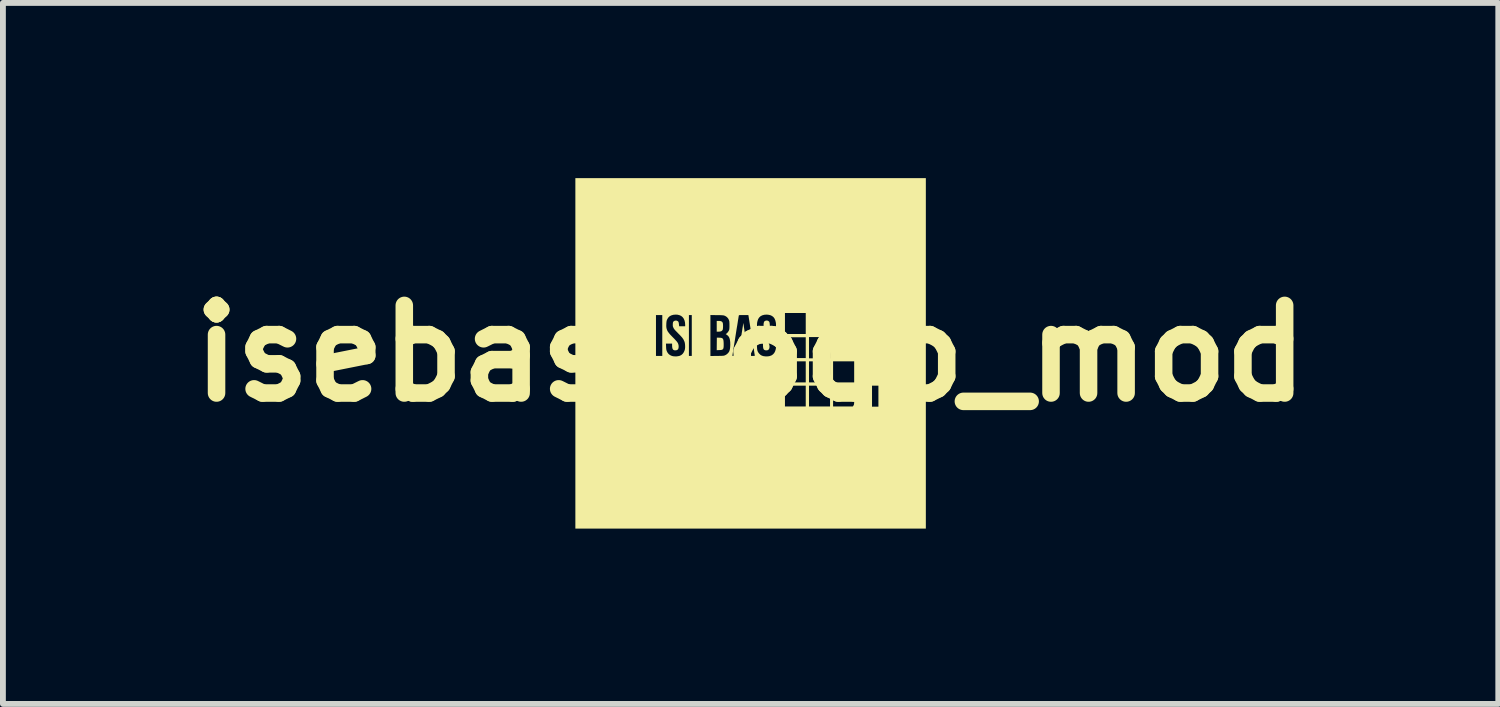
<source format=kicad_pcb>
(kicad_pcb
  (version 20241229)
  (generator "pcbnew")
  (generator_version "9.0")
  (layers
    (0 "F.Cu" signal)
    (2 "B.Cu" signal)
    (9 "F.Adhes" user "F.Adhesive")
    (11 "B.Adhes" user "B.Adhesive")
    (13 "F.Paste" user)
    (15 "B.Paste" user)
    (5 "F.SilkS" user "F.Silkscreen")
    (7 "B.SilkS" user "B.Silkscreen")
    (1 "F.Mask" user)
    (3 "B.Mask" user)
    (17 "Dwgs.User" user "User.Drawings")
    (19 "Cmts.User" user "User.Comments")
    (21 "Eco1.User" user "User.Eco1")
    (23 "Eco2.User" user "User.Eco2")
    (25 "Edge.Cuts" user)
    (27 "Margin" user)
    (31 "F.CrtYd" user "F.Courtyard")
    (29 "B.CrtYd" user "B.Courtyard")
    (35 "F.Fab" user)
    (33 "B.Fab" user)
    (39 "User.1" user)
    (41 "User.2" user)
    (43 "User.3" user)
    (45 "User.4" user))
  (footprint "isebas_logo_mod"
    (layer "F.Cu")
    (at 9.8 3)
    (property "Reference" "isebas_logo_mod" (at 0 0 0) (layer "F.SilkS") (effects (font (size 1.5 1.5) (thickness 0.3))))
    (attr board_only exclude_from_pos_files exclude_from_bom)
    (fp_poly (pts (xy -0.547 -0.556) (xy -0.522 -0.555) (xy -0.503 -0.55) (xy -0.49 -0.542) (xy -0.48 -0.53) (xy -0.479 -0.528) (xy -0.475 -0.516) (xy -0.473 -0.498) (xy -0.472 -0.477) (xy -0.472 -0.455) (xy -0.473 -0.434) (xy -0.475 -0.416) (xy -0.478 -0.404) (xy -0.488 -0.39) (xy -0.502 -0.38) (xy -0.522 -0.374) (xy -0.548 -0.372) (xy -0.549 -0.372) (xy -0.58 -0.372) (xy -0.58 -0.464) (xy -0.58 -0.556)) (stroke (width 0) (type solid)) (fill yes) (layer "F.SilkS"))
    (fp_poly (pts (xy -0.541 -0.269) (xy -0.517 -0.268) (xy -0.498 -0.265) (xy -0.484 -0.259) (xy -0.475 -0.25) (xy -0.468 -0.236) (xy -0.464 -0.216) (xy -0.462 -0.19) (xy -0.461 -0.166) (xy -0.461 -0.134) (xy -0.462 -0.109) (xy -0.465 -0.09) (xy -0.471 -0.076) (xy -0.48 -0.067) (xy -0.493 -0.061) (xy -0.511 -0.058) (xy -0.533 -0.057) (xy -0.536 -0.057) (xy -0.58 -0.055) (xy -0.579 -0.163) (xy -0.578 -0.27)) (stroke (width 0) (type solid)) (fill yes) (layer "F.SilkS"))
    (fp_poly (pts (xy -0.124 -0.516) (xy -0.122 -0.504) (xy -0.119 -0.487) (xy -0.116 -0.464) (xy -0.112 -0.437) (xy -0.107 -0.405) (xy -0.102 -0.371) (xy -0.1 -0.358) (xy -0.095 -0.323) (xy -0.09 -0.29) (xy -0.085 -0.26) (xy -0.082 -0.234) (xy -0.078 -0.214) (xy -0.076 -0.199) (xy -0.075 -0.19) (xy -0.075 -0.189) (xy -0.074 -0.185) (xy -0.075 -0.183) (xy -0.079 -0.181) (xy -0.087 -0.18) (xy -0.101 -0.18) (xy -0.12 -0.18) (xy -0.125 -0.18) (xy -0.147 -0.18) (xy -0.162 -0.181) (xy -0.172 -0.182) (xy -0.176 -0.184) (xy -0.176 -0.185) (xy -0.175 -0.19) (xy -0.174 -0.202) (xy -0.171 -0.219) (xy -0.168 -0.241) (xy -0.164 -0.267) (xy -0.159 -0.296) (xy -0.155 -0.327) (xy -0.15 -0.358) (xy -0.145 -0.389) (xy -0.141 -0.419) (xy -0.136 -0.447) (xy -0.132 -0.472) (xy -0.129 -0.492) (xy -0.127 -0.508) (xy -0.125 -0.517) (xy -0.124 -0.52)) (stroke (width 0) (type solid)) (fill yes) (layer "F.SilkS"))
    (fp_poly (pts (xy 3 0) (xy 3 3) (xy 0 3) (xy -3 3) (xy -3 0.73) (xy 0.588 0.73) (xy 0.588 0.908) (xy 0.766 0.908) (xy 0.944 0.908) (xy 0.944 0.73) (xy 1 0.73) (xy 1 0.908) (xy 1.18 0.908) (xy 1.36 0.908) (xy 1.36 0.73) (xy 1.412 0.73) (xy 1.412 0.908) (xy 1.594 0.908) (xy 1.776 0.908) (xy 1.776 0.732) (xy 1.828 0.732) (xy 1.828 0.912) (xy 2.008 0.912) (xy 2.188 0.912) (xy 2.188 0.732) (xy 2.188 0.552) (xy 2.008 0.552) (xy 1.828 0.552) (xy 1.828 0.732) (xy 1.776 0.732) (xy 1.776 0.73) (xy 1.776 0.552) (xy 1.594 0.552) (xy 1.412 0.552) (xy 1.412 0.73) (xy 1.36 0.73) (xy 1.36 0.552) (xy 1.18 0.552) (xy 1 0.552) (xy 1 0.73) (xy 0.944 0.73) (xy 0.944 0.552) (xy 0.766 0.552) (xy 0.588 0.552) (xy 0.588 0.73) (xy -3 0.73) (xy -3 0.316) (xy 0.588 0.316) (xy 0.588 0.496) (xy 0.766 0.496) (xy 0.944 0.496) (xy 0.944 0.316) (xy 1 0.316) (xy 1 0.496) (xy 1.18 0.496) (xy 1.36 0.496) (xy 1.36 0.316) (xy 1.412 0.316) (xy 1.412 0.496) (xy 1.594 0.496) (xy 1.776 0.496) (xy 1.776 0.316) (xy 1.776 0.136) (xy 1.594 0.136) (xy 1.412 0.136) (xy 1.412 0.316) (xy 1.36 0.316) (xy 1.36 0.136) (xy 1.18 0.136) (xy 1 0.136) (xy 1 0.316) (xy 0.944 0.316) (xy 0.944 0.136) (xy 0.766 0.136) (xy 0.588 0.136) (xy 0.588 0.316) (xy -3 0.316) (xy -3 0) (xy -3 -0.306) (xy -1.62 -0.306) (xy -1.62 0.044) (xy -1.566 0.044) (xy -1.512 0.044) (xy -1.512 -0.168) (xy -1.449 -0.168) (xy -1.447 -0.117) (xy -1.446 -0.092) (xy -1.444 -0.072) (xy -1.441 -0.057) (xy -1.437 -0.044) (xy -1.437 -0.043) (xy -1.422 -0.013) (xy -1.403 0.011) (xy -1.379 0.029) (xy -1.349 0.043) (xy -1.349 0.043) (xy -1.324 0.049) (xy -1.296 0.051) (xy -1.266 0.051) (xy -1.237 0.047) (xy -1.213 0.041) (xy -1.212 0.041) (xy -1.184 0.026) (xy -1.16 0.004) (xy -1.142 -0.023) (xy -1.129 -0.054) (xy -1.124 -0.074) (xy -1.121 -0.1) (xy -1.121 -0.129) (xy -1.123 -0.158) (xy -1.127 -0.184) (xy -1.133 -0.203) (xy -1.141 -0.221) (xy -1.149 -0.238) (xy -1.159 -0.253) (xy -1.171 -0.27) (xy -1.186 -0.287) (xy -1.204 -0.306) (xy -1.056 -0.306) (xy -1.056 0.044) (xy -0.906 0.044) (xy -0.756 0.044) (xy -0.756 -0.006) (xy -0.756 -0.056) (xy -0.852 -0.056) (xy -0.948 -0.056) (xy -0.948 -0.158) (xy -0.948 -0.26) (xy -0.872 -0.26) (xy -0.796 -0.26) (xy -0.796 -0.306) (xy -0.688 -0.306) (xy -0.688 0.045) (xy -0.575 0.043) (xy -0.542 0.043) (xy -0.515 0.042) (xy -0.495 0.042) (xy -0.479 0.041) (xy -0.478 0.041) (xy -0.312 0.041) (xy -0.308 0.042) (xy -0.298 0.043) (xy -0.283 0.044) (xy -0.264 0.044) (xy -0.261 0.044) (xy -0.21 0.044) (xy -0.205 0.009) (xy -0.202 -0.012) (xy -0.198 -0.034) (xy -0.196 -0.053) (xy -0.195 -0.055) (xy -0.191 -0.084) (xy -0.125 -0.083) (xy -0.058 -0.082) (xy -0.056 -0.066) (xy -0.054 -0.056) (xy -0.051 -0.04) (xy -0.049 -0.02) (xy -0.046 -0.003) (xy -0.039 0.044) (xy 0.017 0.044) (xy 0.037 0.044) (xy 0.053 0.043) (xy 0.066 0.042) (xy 0.072 0.041) (xy 0.072 0.041) (xy 0.072 0.037) (xy 0.07 0.025) (xy 0.067 0.007) (xy 0.063 -0.018) (xy 0.059 -0.048) (xy 0.053 -0.083) (xy 0.047 -0.123) (xy 0.04 -0.167) (xy 0.04 -0.168) (xy 0.107 -0.168) (xy 0.109 -0.115) (xy 0.111 -0.084) (xy 0.114 -0.058) (xy 0.12 -0.038) (xy 0.129 -0.02) (xy 0.141 -0.003) (xy 0.147 0.004) (xy 0.168 0.024) (xy 0.192 0.038) (xy 0.22 0.047) (xy 0.253 0.051) (xy 0.268 0.052) (xy 0.288 0.051) (xy 0.309 0.049) (xy 0.325 0.046) (xy 0.326 0.046) (xy 0.358 0.034) (xy 0.384 0.016) (xy 0.405 -0.008) (xy 0.42 -0.037) (xy 0.431 -0.073) (xy 0.434 -0.098) (xy 0.588 -0.098) (xy 0.588 0.08) (xy 0.766 0.08) (xy 0.944 0.08) (xy 0.944 -0.098) (xy 1 -0.098) (xy 1 0.084) (xy 1.18 0.084) (xy 1.36 0.084) (xy 1.36 -0.098) (xy 1.36 -0.28) (xy 1.18 -0.28) (xy 1 -0.28) (xy 1 -0.098) (xy 0.944 -0.098) (xy 0.944 -0.276) (xy 0.766 -0.276) (xy 0.588 -0.276) (xy 0.588 -0.098) (xy 0.434 -0.098) (xy 0.435 -0.104) (xy 0.435 -0.147) (xy 0.428 -0.187) (xy 0.413 -0.224) (xy 0.394 -0.257) (xy 0.388 -0.266) (xy 0.376 -0.28) (xy 0.361 -0.296) (xy 0.343 -0.315) (xy 0.323 -0.336) (xy 0.313 -0.346) (xy 0.287 -0.372) (xy 0.267 -0.394) (xy 0.251 -0.412) (xy 0.24 -0.428) (xy 0.232 -0.442) (xy 0.226 -0.455) (xy 0.223 -0.469) (xy 0.222 -0.484) (xy 0.222 -0.492) (xy 0.224 -0.517) (xy 0.229 -0.536) (xy 0.237 -0.55) (xy 0.251 -0.558) (xy 0.267 -0.562) (xy 0.286 -0.562) (xy 0.303 -0.556) (xy 0.316 -0.545) (xy 0.319 -0.542) (xy 0.324 -0.529) (xy 0.327 -0.508) (xy 0.328 -0.498) (xy 0.33 -0.466) (xy 0.382 -0.466) (xy 0.434 -0.466) (xy 0.435 -0.48) (xy 0.435 -0.49) (xy 0.434 -0.506) (xy 0.434 -0.512) (xy 0.588 -0.512) (xy 0.588 -0.332) (xy 0.766 -0.332) (xy 0.944 -0.332) (xy 0.944 -0.512) (xy 0.944 -0.692) (xy 0.766 -0.692) (xy 0.588 -0.692) (xy 0.588 -0.512) (xy 0.434 -0.512) (xy 0.432 -0.523) (xy 0.432 -0.527) (xy 0.423 -0.565) (xy 0.41 -0.596) (xy 0.391 -0.622) (xy 0.366 -0.641) (xy 0.336 -0.655) (xy 0.301 -0.662) (xy 0.272 -0.664) (xy 0.233 -0.661) (xy 0.2 -0.652) (xy 0.171 -0.637) (xy 0.148 -0.616) (xy 0.13 -0.589) (xy 0.118 -0.555) (xy 0.111 -0.523) (xy 0.109 -0.485) (xy 0.112 -0.45) (xy 0.121 -0.416) (xy 0.135 -0.384) (xy 0.141 -0.372) (xy 0.147 -0.361) (xy 0.153 -0.351) (xy 0.161 -0.341) (xy 0.171 -0.329) (xy 0.185 -0.315) (xy 0.202 -0.297) (xy 0.22 -0.28) (xy 0.24 -0.26) (xy 0.258 -0.24) (xy 0.275 -0.223) (xy 0.288 -0.208) (xy 0.297 -0.197) (xy 0.299 -0.194) (xy 0.312 -0.171) (xy 0.32 -0.146) (xy 0.324 -0.122) (xy 0.323 -0.1) (xy 0.318 -0.08) (xy 0.308 -0.065) (xy 0.3 -0.059) (xy 0.288 -0.054) (xy 0.271 -0.052) (xy 0.268 -0.052) (xy 0.248 -0.054) (xy 0.233 -0.061) (xy 0.223 -0.072) (xy 0.216 -0.09) (xy 0.213 -0.114) (xy 0.212 -0.132) (xy 0.212 -0.168) (xy 0.16 -0.168) (xy 0.107 -0.168) (xy 0.04 -0.168) (xy 0.032 -0.214) (xy 0.024 -0.263) (xy 0.017 -0.309) (xy -0.038 -0.656) (xy -0.119 -0.656) (xy -0.146 -0.656) (xy -0.167 -0.656) (xy -0.181 -0.656) (xy -0.191 -0.655) (xy -0.197 -0.654) (xy -0.2 -0.652) (xy -0.201 -0.649) (xy -0.202 -0.647) (xy -0.203 -0.642) (xy -0.205 -0.63) (xy -0.208 -0.611) (xy -0.212 -0.586) (xy -0.217 -0.557) (xy -0.222 -0.523) (xy -0.228 -0.485) (xy -0.235 -0.445) (xy -0.242 -0.402) (xy -0.249 -0.358) (xy -0.256 -0.313) (xy -0.263 -0.268) (xy -0.27 -0.223) (xy -0.277 -0.18) (xy -0.284 -0.138) (xy -0.29 -0.099) (xy -0.296 -0.064) (xy -0.301 -0.032) (xy -0.305 -0.005) (xy -0.308 0.016) (xy -0.311 0.031) (xy -0.312 0.039) (xy -0.312 0.041) (xy -0.478 0.041) (xy -0.467 0.04) (xy -0.458 0.039) (xy -0.451 0.037) (xy -0.444 0.034) (xy -0.439 0.033) (xy -0.415 0.02) (xy -0.393 0.002) (xy -0.375 -0.019) (xy -0.37 -0.026) (xy -0.361 -0.047) (xy -0.354 -0.073) (xy -0.35 -0.105) (xy -0.348 -0.144) (xy -0.348 -0.152) (xy -0.349 -0.193) (xy -0.353 -0.227) (xy -0.36 -0.255) (xy -0.37 -0.279) (xy -0.384 -0.298) (xy -0.402 -0.314) (xy -0.415 -0.323) (xy -0.424 -0.329) (xy -0.426 -0.331) (xy -0.422 -0.333) (xy -0.421 -0.334) (xy -0.411 -0.34) (xy -0.4 -0.351) (xy -0.388 -0.365) (xy -0.378 -0.38) (xy -0.37 -0.395) (xy -0.369 -0.397) (xy -0.366 -0.407) (xy -0.364 -0.418) (xy -0.363 -0.432) (xy -0.362 -0.451) (xy -0.362 -0.475) (xy -0.362 -0.484) (xy -0.362 -0.509) (xy -0.363 -0.528) (xy -0.364 -0.542) (xy -0.365 -0.553) (xy -0.368 -0.562) (xy -0.371 -0.572) (xy -0.372 -0.574) (xy -0.386 -0.6) (xy -0.407 -0.623) (xy -0.433 -0.64) (xy -0.442 -0.644) (xy -0.45 -0.647) (xy -0.457 -0.649) (xy -0.465 -0.651) (xy -0.475 -0.652) (xy -0.488 -0.653) (xy -0.505 -0.654) (xy -0.527 -0.655) (xy -0.556 -0.655) (xy -0.577 -0.655) (xy -0.688 -0.657) (xy -0.688 -0.306) (xy -0.796 -0.306) (xy -0.796 -0.31) (xy -0.796 -0.36) (xy -0.871 -0.361) (xy -0.946 -0.362) (xy -0.947 -0.459) (xy -0.948 -0.556) (xy -0.852 -0.556) (xy -0.756 -0.556) (xy -0.756 -0.606) (xy -0.756 -0.656) (xy -0.906 -0.656) (xy -1.056 -0.656) (xy -1.056 -0.306) (xy -1.204 -0.306) (xy -1.205 -0.308) (xy -1.229 -0.332) (xy -1.239 -0.342) (xy -1.261 -0.365) (xy -1.279 -0.383) (xy -1.293 -0.398) (xy -1.303 -0.41) (xy -1.311 -0.421) (xy -1.317 -0.43) (xy -1.32 -0.437) (xy -1.326 -0.45) (xy -1.33 -0.461) (xy -1.332 -0.472) (xy -1.332 -0.485) (xy -1.332 -0.499) (xy -1.331 -0.517) (xy -1.329 -0.529) (xy -1.327 -0.537) (xy -1.323 -0.543) (xy -1.32 -0.546) (xy -1.305 -0.557) (xy -1.286 -0.562) (xy -1.267 -0.561) (xy -1.25 -0.554) (xy -1.24 -0.546) (xy -1.235 -0.539) (xy -1.232 -0.53) (xy -1.229 -0.516) (xy -1.227 -0.5) (xy -1.223 -0.464) (xy -1.171 -0.464) (xy -1.12 -0.464) (xy -1.12 -0.487) (xy -1.123 -0.529) (xy -1.132 -0.566) (xy -1.146 -0.597) (xy -1.165 -0.622) (xy -1.19 -0.642) (xy -1.22 -0.655) (xy -1.255 -0.663) (xy -1.282 -0.664) (xy -1.321 -0.661) (xy -1.354 -0.652) (xy -1.383 -0.638) (xy -1.406 -0.617) (xy -1.415 -0.605) (xy -1.425 -0.588) (xy -1.433 -0.572) (xy -1.438 -0.555) (xy -1.441 -0.534) (xy -1.443 -0.508) (xy -1.443 -0.499) (xy -1.444 -0.47) (xy -1.442 -0.443) (xy -1.437 -0.42) (xy -1.429 -0.397) (xy -1.418 -0.375) (xy -1.401 -0.352) (xy -1.381 -0.327) (xy -1.354 -0.299) (xy -1.334 -0.278) (xy -1.306 -0.25) (xy -1.284 -0.226) (xy -1.266 -0.206) (xy -1.253 -0.189) (xy -1.244 -0.173) (xy -1.238 -0.157) (xy -1.234 -0.142) (xy -1.232 -0.126) (xy -1.232 -0.115) (xy -1.234 -0.091) (xy -1.241 -0.073) (xy -1.253 -0.061) (xy -1.27 -0.054) (xy -1.29 -0.052) (xy -1.309 -0.054) (xy -1.323 -0.061) (xy -1.333 -0.073) (xy -1.34 -0.091) (xy -1.343 -0.115) (xy -1.344 -0.137) (xy -1.344 -0.168) (xy -1.397 -0.168) (xy -1.449 -0.168) (xy -1.512 -0.168) (xy -1.512 -0.306) (xy -1.512 -0.656) (xy -1.566 -0.656) (xy -1.62 -0.656) (xy -1.62 -0.306) (xy -3 -0.306) (xy -3 -3) (xy 0 -3) (xy 3 -3)) (stroke (width 0) (type solid)) (fill yes) (layer "F.SilkS")))
  (gr_rect
    (start -3 -3)
    (end 22.6 9.001)
    (stroke (width 0.1) (type default))
    (fill no)
    (layer "Edge.Cuts")))
</source>
